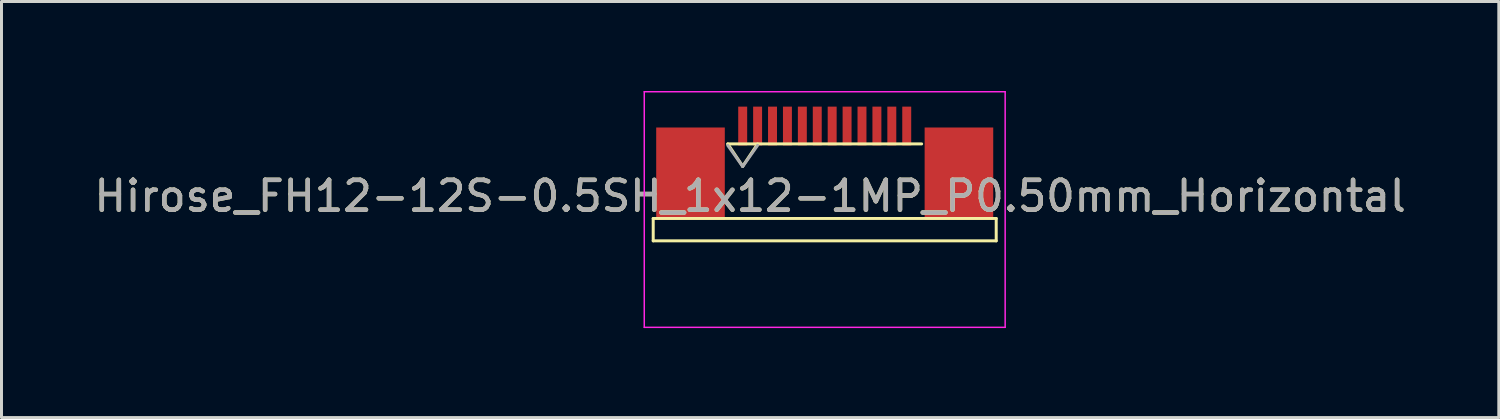
<source format=kicad_pcb>
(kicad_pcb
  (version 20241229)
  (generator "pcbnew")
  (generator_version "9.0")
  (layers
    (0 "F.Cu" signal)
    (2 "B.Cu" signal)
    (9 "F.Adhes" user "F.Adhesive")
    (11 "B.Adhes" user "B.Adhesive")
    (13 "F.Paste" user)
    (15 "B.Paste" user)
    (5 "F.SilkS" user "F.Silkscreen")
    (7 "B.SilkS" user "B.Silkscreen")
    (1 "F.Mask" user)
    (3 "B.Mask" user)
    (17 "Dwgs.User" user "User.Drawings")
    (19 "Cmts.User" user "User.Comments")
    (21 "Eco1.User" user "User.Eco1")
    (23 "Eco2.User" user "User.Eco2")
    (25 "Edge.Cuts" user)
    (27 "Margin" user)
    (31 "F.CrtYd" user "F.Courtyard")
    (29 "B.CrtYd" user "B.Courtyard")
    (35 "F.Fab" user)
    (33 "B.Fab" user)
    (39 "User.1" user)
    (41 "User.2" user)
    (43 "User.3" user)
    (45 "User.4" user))
  (footprint "Hirose_FH12-12S-0.5SH_1x12-1MP_P0.50mm_Horizontal"
    (layer "F.Cu")
    (at 24.601 3.025)
    (property "Reference" "Hirose_FH12-12S-0.5SH_1x12-1MP_P0.50mm_Horizontal" (at -2.5 0.5 0) (layer "F.SilkS") (effects (font (size 1 1) (thickness 0.15))))
    (attr smd)
    (fp_line (start -5.75 2) (end -5.75 1.25) (stroke (width 0.1) (type solid)) (layer "F.SilkS"))
    (fp_line (start -5.75 2) (end 5.75 2) (stroke (width 0.1) (type solid)) (layer "F.SilkS"))
    (fp_line (start -3.25 -1.25) (end -2.75 -0.5) (stroke (width 0.1) (type solid)) (layer "F.SilkS"))
    (fp_line (start -3.25 -1.25) (end 3.25 -1.25) (stroke (width 0.1) (type solid)) (layer "F.SilkS"))
    (fp_line (start -2.75 -0.5) (end -2.25 -1.25) (stroke (width 0.1) (type solid)) (layer "F.SilkS"))
    (fp_line (start 5.75 1.25) (end -5.75 1.25) (stroke (width 0.1) (type solid)) (layer "F.SilkS"))
    (fp_line (start 5.75 1.25) (end 5.75 2) (stroke (width 0.1) (type solid)) (layer "F.SilkS"))
    (fp_line (start -6.05 -3) (end -6.05 4.9) (stroke (width 0.05) (type solid)) (layer "F.CrtYd"))
    (fp_line (start -6.05 4.9) (end 6.05 4.9) (stroke (width 0.05) (type solid)) (layer "F.CrtYd"))
    (fp_line (start 6.05 -3) (end -6.05 -3) (stroke (width 0.05) (type solid)) (layer "F.CrtYd"))
    (fp_line (start 6.05 4.9) (end 6.05 -3) (stroke (width 0.05) (type solid)) (layer "F.CrtYd"))
    (fp_line (start -3.25 -1.2) (end -2.75 -0.493) (stroke (width 0.1) (type solid)) (layer "F.Fab"))
    (fp_line (start -2.75 -0.493) (end -2.25 -1.2) (stroke (width 0.1) (type solid)) (layer "F.Fab"))
    (fp_text user "${REFERENCE}" (at -2.5 0.5 0) (layer "F.Fab") (effects (font (size 1 1) (thickness 0.15))))
    (pad "1" smd rect (at -2.75 -1.85) (size 0.3 1.3) (layers "F.Cu" "F.Mask" "F.Paste"))
    (pad "2" smd rect (at -2.25 -1.85) (size 0.3 1.3) (layers "F.Cu" "F.Mask" "F.Paste"))
    (pad "3" smd rect (at -1.75 -1.85) (size 0.3 1.3) (layers "F.Cu" "F.Mask" "F.Paste"))
    (pad "4" smd rect (at -1.25 -1.85) (size 0.3 1.3) (layers "F.Cu" "F.Mask" "F.Paste"))
    (pad "5" smd rect (at -0.75 -1.85) (size 0.3 1.3) (layers "F.Cu" "F.Mask" "F.Paste"))
    (pad "6" smd rect (at -0.25 -1.85) (size 0.3 1.3) (layers "F.Cu" "F.Mask" "F.Paste"))
    (pad "7" smd rect (at 0.25 -1.85) (size 0.3 1.3) (layers "F.Cu" "F.Mask" "F.Paste"))
    (pad "8" smd rect (at 0.75 -1.85) (size 0.3 1.3) (layers "F.Cu" "F.Mask" "F.Paste"))
    (pad "9" smd rect (at 1.25 -1.85) (size 0.3 1.3) (layers "F.Cu" "F.Mask" "F.Paste"))
    (pad "10" smd rect (at 1.75 -1.85) (size 0.3 1.3) (layers "F.Cu" "F.Mask" "F.Paste"))
    (pad "11" smd rect (at 2.25 -1.85) (size 0.3 1.3) (layers "F.Cu" "F.Mask" "F.Paste"))
    (pad "12" smd rect (at 2.75 -1.85) (size 0.3 1.3) (layers "F.Cu" "F.Mask" "F.Paste"))
    (pad "MP" smd rect (at -4.5 -0.25) (size 2.3 3.1) (layers "F.Cu" "F.Mask" "F.Paste"))
    (pad "MP" smd rect (at 4.5 -0.25) (size 2.3 3.1) (layers "F.Cu" "F.Mask" "F.Paste")))
  (gr_rect
    (start -3 -3)
    (end 47.202 10.95)
    (stroke (width 0.1) (type default))
    (fill no)
    (layer "Edge.Cuts")))
</source>
